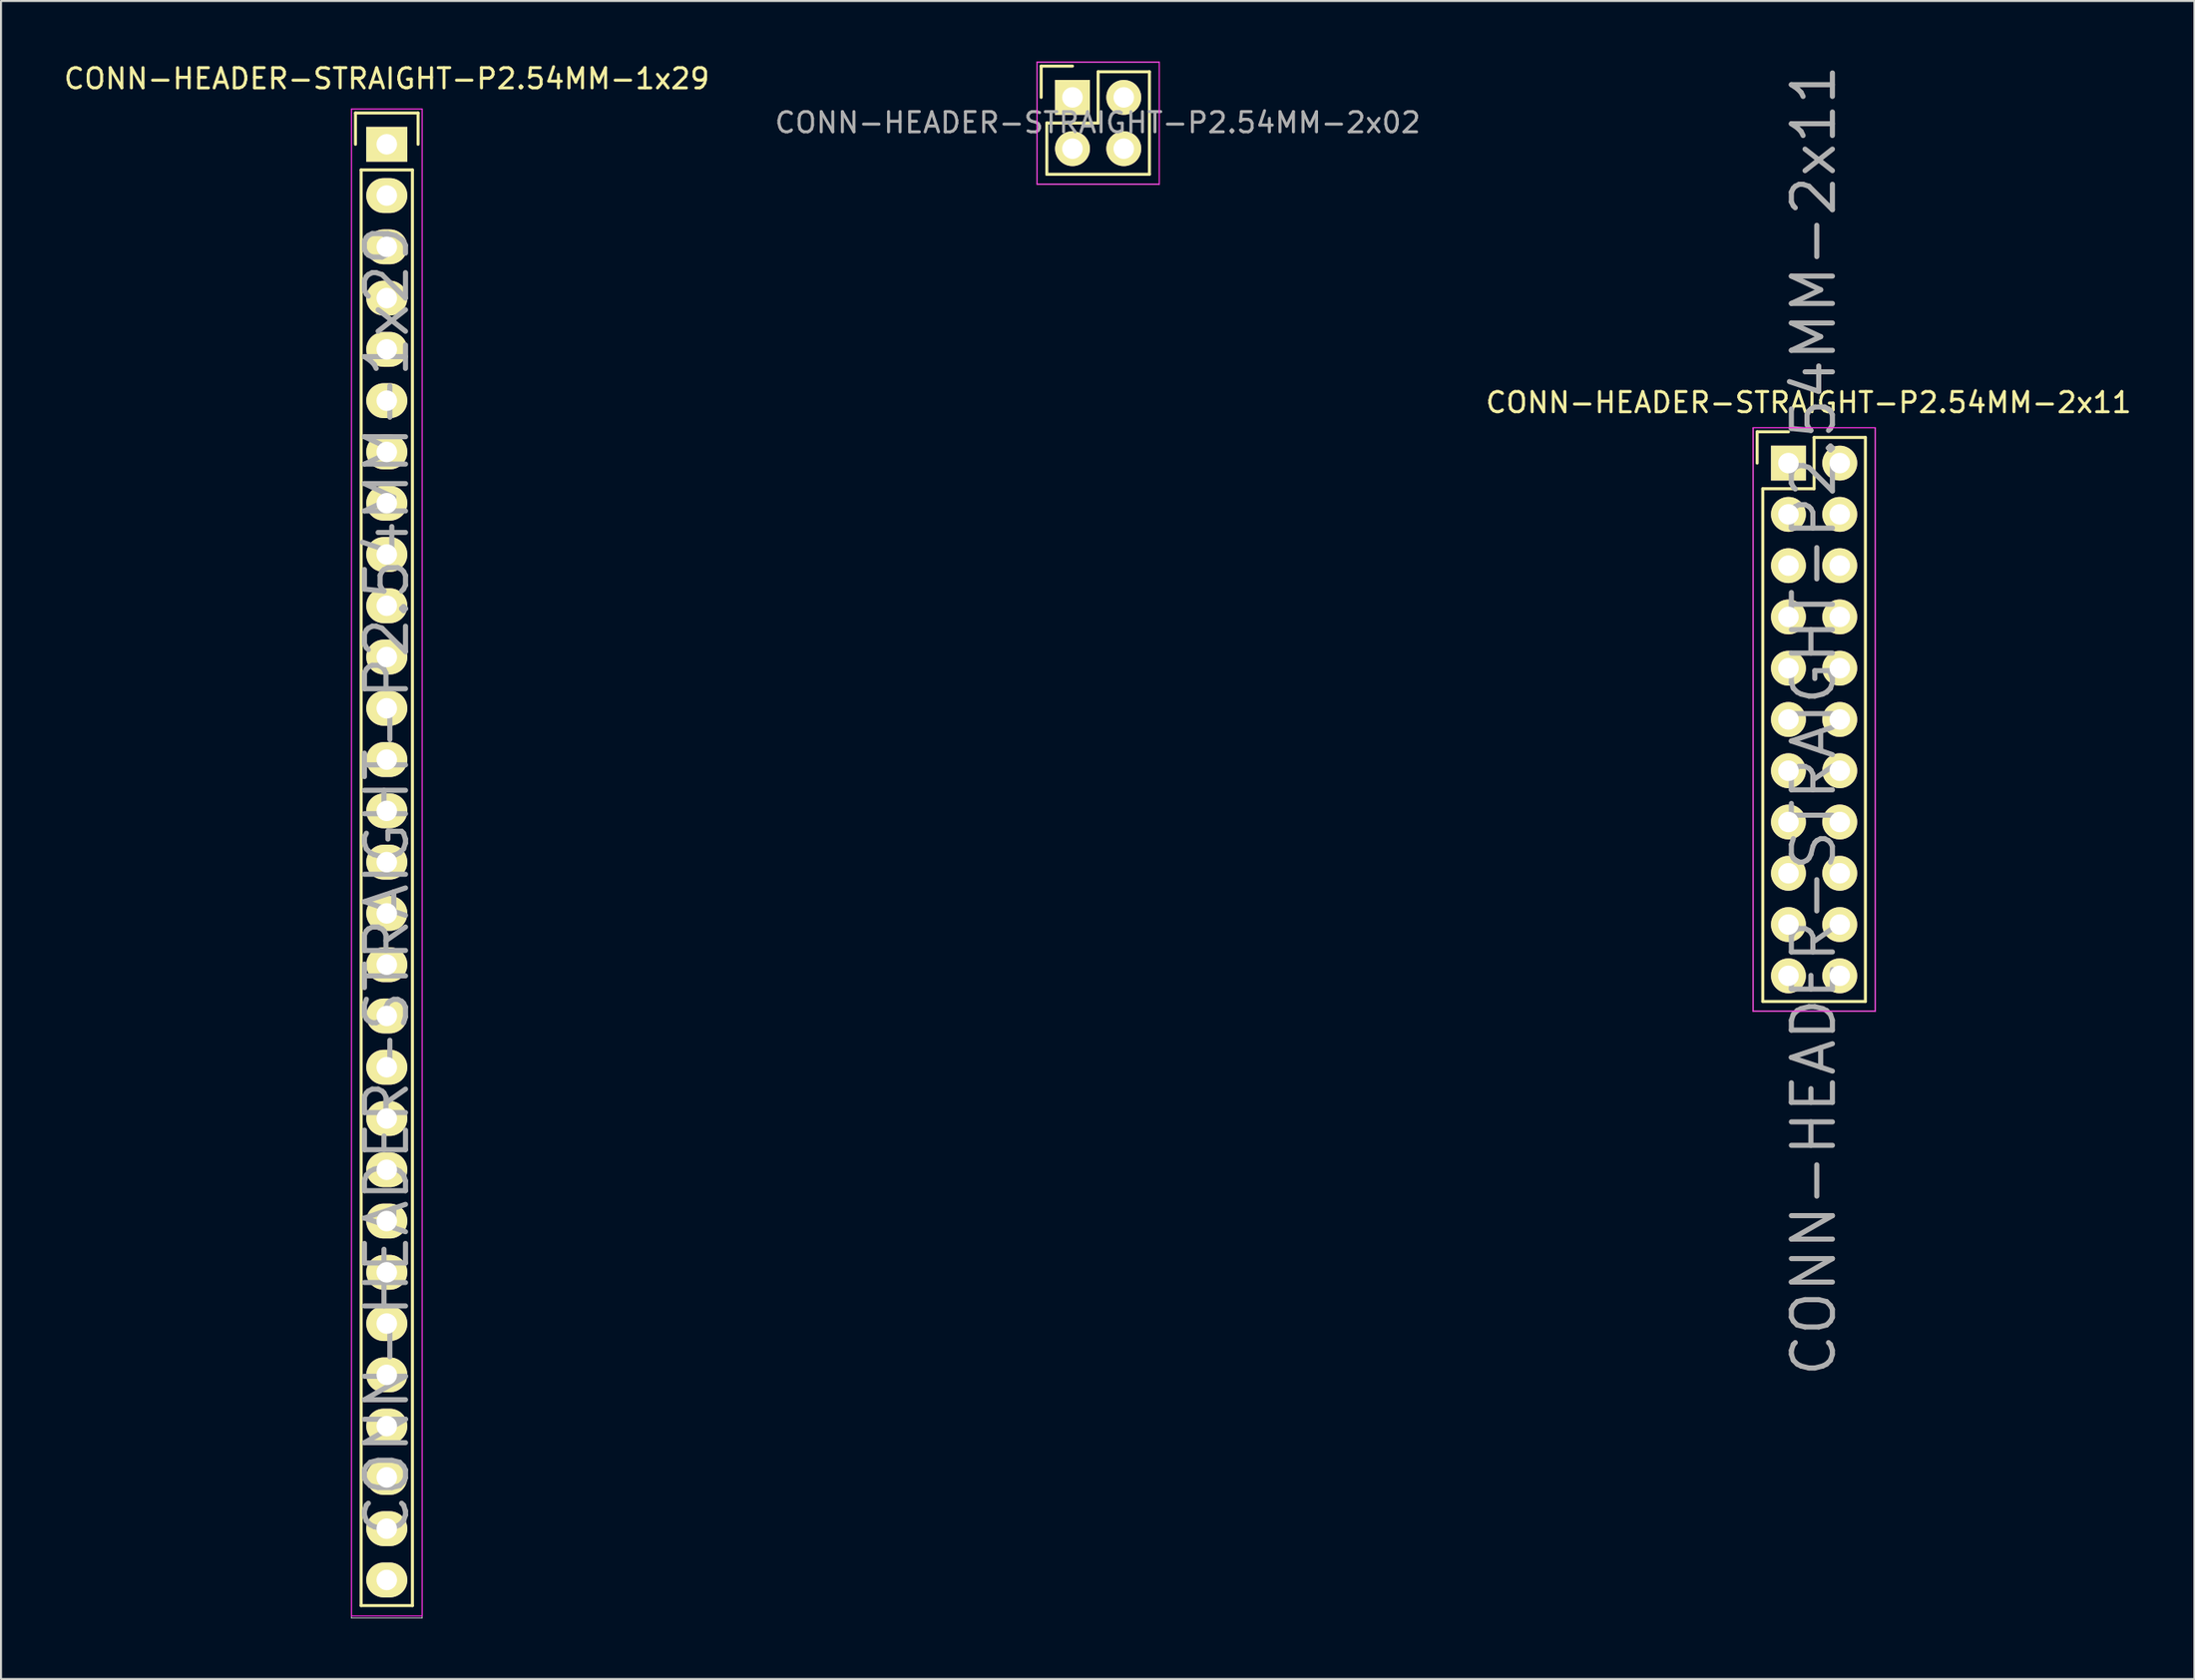
<source format=kicad_pcb>
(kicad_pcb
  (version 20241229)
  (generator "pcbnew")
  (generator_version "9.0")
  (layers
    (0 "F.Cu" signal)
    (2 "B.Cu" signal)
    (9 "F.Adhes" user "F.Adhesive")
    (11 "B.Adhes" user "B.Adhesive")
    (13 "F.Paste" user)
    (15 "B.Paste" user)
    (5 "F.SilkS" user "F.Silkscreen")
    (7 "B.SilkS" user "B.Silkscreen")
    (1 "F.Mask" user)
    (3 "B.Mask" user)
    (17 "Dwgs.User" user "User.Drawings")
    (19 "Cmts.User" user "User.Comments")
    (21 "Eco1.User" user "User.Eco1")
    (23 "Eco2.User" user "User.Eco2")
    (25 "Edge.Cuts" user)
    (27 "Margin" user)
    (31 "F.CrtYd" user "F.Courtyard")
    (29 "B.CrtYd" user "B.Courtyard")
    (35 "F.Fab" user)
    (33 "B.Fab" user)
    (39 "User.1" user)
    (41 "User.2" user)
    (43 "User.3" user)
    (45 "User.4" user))
  (footprint "CONN-HEADER-STRAIGHT-P2.54MM-1x29"
    (layer "F.Cu")
    (at 16.101 4.098)
    (property "Reference" "CONN-HEADER-STRAIGHT-P2.54MM-1x29" (at 0 36.5 90) (layer "F.Fab") (effects (font (size 2.032 2.032) (thickness 0.254))))
    (attr through_hole)
    (fp_line (start -1.55 -1.55) (end 1.55 -1.55) (stroke (width 0.15) (type solid)) (layer "F.SilkS"))
    (fp_line (start -1.55 0) (end -1.55 -1.55) (stroke (width 0.15) (type solid)) (layer "F.SilkS"))
    (fp_line (start -1.27 1.27) (end -1.27 72.39) (stroke (width 0.15) (type solid)) (layer "F.SilkS"))
    (fp_line (start -1.27 72.39) (end 1.27 72.39) (stroke (width 0.15) (type solid)) (layer "F.SilkS"))
    (fp_line (start 1.27 1.27) (end -1.27 1.27) (stroke (width 0.15) (type solid)) (layer "F.SilkS"))
    (fp_line (start 1.27 72.39) (end 1.27 1.27) (stroke (width 0.15) (type solid)) (layer "F.SilkS"))
    (fp_line (start 1.55 -1.55) (end 1.55 0) (stroke (width 0.15) (type solid)) (layer "F.SilkS"))
    (fp_line (start -1.75 -1.75) (end -1.75 72.9) (stroke (width 0.05) (type solid)) (layer "F.CrtYd"))
    (fp_line (start -1.75 -1.75) (end 1.75 -1.75) (stroke (width 0.05) (type solid)) (layer "F.CrtYd"))
    (fp_line (start -1.75 72.9) (end 1.75 72.9) (stroke (width 0.05) (type solid)) (layer "F.CrtYd"))
    (fp_line (start 1.75 -1.75) (end 1.75 72.9) (stroke (width 0.05) (type solid)) (layer "F.CrtYd"))
    (fp_line (start -1.75 -1.75) (end 1.75 -1.75) (stroke (width 0.051) (type solid)) (layer "F.Fab"))
    (fp_line (start -1.75 73) (end -1.75 -1.75) (stroke (width 0.051) (type solid)) (layer "F.Fab"))
    (fp_line (start 1.75 -1.75) (end 1.75 73) (stroke (width 0.051) (type solid)) (layer "F.Fab"))
    (fp_line (start 1.75 73) (end -1.75 73) (stroke (width 0.051) (type solid)) (layer "F.Fab"))
    (fp_text user "${REFERENCE}" (at 0 -3.25 0) (layer "F.SilkS") (effects (font (size 1 1) (thickness 0.15))))
    (pad "1" thru_hole rect (at 0 0) (size 2.032 1.727) (drill 1.016) (layers "*.Cu" "*.Mask" "F.SilkS"))
    (pad "2" thru_hole oval (at 0 2.54) (size 2.032 1.727) (drill 1.016) (layers "*.Cu" "*.Mask" "F.SilkS"))
    (pad "3" thru_hole oval (at 0 5.08) (size 2.032 1.727) (drill 1.016) (layers "*.Cu" "*.Mask" "F.SilkS"))
    (pad "4" thru_hole oval (at 0 7.62) (size 2.032 1.727) (drill 1.016) (layers "*.Cu" "*.Mask" "F.SilkS"))
    (pad "5" thru_hole oval (at 0 10.16) (size 2.032 1.727) (drill 1.016) (layers "*.Cu" "*.Mask" "F.SilkS"))
    (pad "6" thru_hole oval (at 0 12.7) (size 2.032 1.727) (drill 1.016) (layers "*.Cu" "*.Mask" "F.SilkS"))
    (pad "7" thru_hole oval (at 0 15.24) (size 2.032 1.727) (drill 1.016) (layers "*.Cu" "*.Mask" "F.SilkS"))
    (pad "8" thru_hole oval (at 0 17.78) (size 2.032 1.727) (drill 1.016) (layers "*.Cu" "*.Mask" "F.SilkS"))
    (pad "9" thru_hole oval (at 0 20.32) (size 2.032 1.727) (drill 1.016) (layers "*.Cu" "*.Mask" "F.SilkS"))
    (pad "10" thru_hole oval (at 0 22.86) (size 2.032 1.727) (drill 1.016) (layers "*.Cu" "*.Mask" "F.SilkS"))
    (pad "11" thru_hole oval (at 0 25.4) (size 2.032 1.727) (drill 1.016) (layers "*.Cu" "*.Mask" "F.SilkS"))
    (pad "12" thru_hole oval (at 0 27.94) (size 2.032 1.727) (drill 1.016) (layers "*.Cu" "*.Mask" "F.SilkS"))
    (pad "13" thru_hole oval (at 0 30.48) (size 2.032 1.727) (drill 1.016) (layers "*.Cu" "*.Mask" "F.SilkS"))
    (pad "14" thru_hole oval (at 0 33.02) (size 2.032 1.727) (drill 1.016) (layers "*.Cu" "*.Mask" "F.SilkS"))
    (pad "15" thru_hole oval (at 0 35.56) (size 2.032 1.727) (drill 1.016) (layers "*.Cu" "*.Mask" "F.SilkS"))
    (pad "16" thru_hole oval (at 0 38.1) (size 2.032 1.727) (drill 1.016) (layers "*.Cu" "*.Mask" "F.SilkS"))
    (pad "17" thru_hole oval (at 0 40.64) (size 2.032 1.727) (drill 1.016) (layers "*.Cu" "*.Mask" "F.SilkS"))
    (pad "18" thru_hole oval (at 0 43.18) (size 2.032 1.727) (drill 1.016) (layers "*.Cu" "*.Mask" "F.SilkS"))
    (pad "19" thru_hole oval (at 0 45.72) (size 2.032 1.727) (drill 1.016) (layers "*.Cu" "*.Mask" "F.SilkS"))
    (pad "20" thru_hole oval (at 0 48.26) (size 2.032 1.727) (drill 1.016) (layers "*.Cu" "*.Mask" "F.SilkS"))
    (pad "21" thru_hole oval (at 0 50.8) (size 2.032 1.727) (drill 1.016) (layers "*.Cu" "*.Mask" "F.SilkS"))
    (pad "22" thru_hole oval (at 0 53.34) (size 2.032 1.727) (drill 1.016) (layers "*.Cu" "*.Mask" "F.SilkS"))
    (pad "23" thru_hole oval (at 0 55.88) (size 2.032 1.727) (drill 1.016) (layers "*.Cu" "*.Mask" "F.SilkS"))
    (pad "24" thru_hole oval (at 0 58.42) (size 2.032 1.727) (drill 1.016) (layers "*.Cu" "*.Mask" "F.SilkS"))
    (pad "25" thru_hole oval (at 0 60.96) (size 2.032 1.727) (drill 1.016) (layers "*.Cu" "*.Mask" "F.SilkS"))
    (pad "26" thru_hole oval (at 0 63.5) (size 2.032 1.727) (drill 1.016) (layers "*.Cu" "*.Mask" "F.SilkS"))
    (pad "27" thru_hole oval (at 0 66.04) (size 2.032 1.727) (drill 1.016) (layers "*.Cu" "*.Mask" "F.SilkS"))
    (pad "28" thru_hole oval (at 0 68.58) (size 2.032 1.727) (drill 1.016) (layers "*.Cu" "*.Mask" "F.SilkS"))
    (pad "29" thru_hole oval (at 0 71.12) (size 2.032 1.727) (drill 1.016) (layers "*.Cu" "*.Mask" "F.SilkS")))
  (footprint "CONN-HEADER-STRAIGHT-P2.54MM-2x11"
    (layer "F.Cu")
    (at 85.506 19.891)
    (property "Reference" "CONN-HEADER-STRAIGHT-P2.54MM-2x11" (at 1.25 12.75 90) (layer "F.Fab") (effects (font (size 2.032 2.032) (thickness 0.254))))
    (attr through_hole)
    (fp_line (start -1.55 -1.55) (end -1.55 0) (stroke (width 0.15) (type solid)) (layer "F.SilkS"))
    (fp_line (start -1.27 1.27) (end -1.27 26.67) (stroke (width 0.15) (type solid)) (layer "F.SilkS"))
    (fp_line (start 0 -1.55) (end -1.55 -1.55) (stroke (width 0.15) (type solid)) (layer "F.SilkS"))
    (fp_line (start 1.27 -1.27) (end 1.27 1.27) (stroke (width 0.15) (type solid)) (layer "F.SilkS"))
    (fp_line (start 1.27 1.27) (end -1.27 1.27) (stroke (width 0.15) (type solid)) (layer "F.SilkS"))
    (fp_line (start 3.81 -1.27) (end 1.27 -1.27) (stroke (width 0.15) (type solid)) (layer "F.SilkS"))
    (fp_line (start 3.81 26.67) (end -1.27 26.67) (stroke (width 0.15) (type solid)) (layer "F.SilkS"))
    (fp_line (start 3.81 26.67) (end 3.81 -1.27) (stroke (width 0.15) (type solid)) (layer "F.SilkS"))
    (fp_line (start -1.75 -1.75) (end -1.75 27.15) (stroke (width 0.05) (type solid)) (layer "F.CrtYd"))
    (fp_line (start -1.75 -1.75) (end 4.3 -1.75) (stroke (width 0.05) (type solid)) (layer "F.CrtYd"))
    (fp_line (start -1.75 27.15) (end 4.3 27.15) (stroke (width 0.05) (type solid)) (layer "F.CrtYd"))
    (fp_line (start 4.3 -1.75) (end 4.3 27.15) (stroke (width 0.05) (type solid)) (layer "F.CrtYd"))
    (fp_line (start -1.75 -1.75) (end -1.75 27.15) (stroke (width 0.05) (type solid)) (layer "F.Fab"))
    (fp_line (start -1.75 -1.75) (end 4.3 -1.75) (stroke (width 0.05) (type solid)) (layer "F.Fab"))
    (fp_line (start -1.75 27.15) (end 4.3 27.15) (stroke (width 0.05) (type solid)) (layer "F.Fab"))
    (fp_line (start 4.3 -1.75) (end 4.3 27.15) (stroke (width 0.05) (type solid)) (layer "F.Fab"))
    (fp_text user "${REFERENCE}" (at 1 -3 0) (layer "F.SilkS") (effects (font (size 1 1) (thickness 0.15))))
    (pad "1" thru_hole rect (at 0 0) (size 1.727 1.727) (drill 1.016) (layers "*.Cu" "*.Mask" "F.SilkS"))
    (pad "2" thru_hole oval (at 2.54 0) (size 1.727 1.727) (drill 1.016) (layers "*.Cu" "*.Mask" "F.SilkS"))
    (pad "3" thru_hole oval (at 0 2.54) (size 1.727 1.727) (drill 1.016) (layers "*.Cu" "*.Mask" "F.SilkS"))
    (pad "4" thru_hole oval (at 2.54 2.54) (size 1.727 1.727) (drill 1.016) (layers "*.Cu" "*.Mask" "F.SilkS"))
    (pad "5" thru_hole oval (at 0 5.08) (size 1.727 1.727) (drill 1.016) (layers "*.Cu" "*.Mask" "F.SilkS"))
    (pad "6" thru_hole oval (at 2.54 5.08) (size 1.727 1.727) (drill 1.016) (layers "*.Cu" "*.Mask" "F.SilkS"))
    (pad "7" thru_hole oval (at 0 7.62) (size 1.727 1.727) (drill 1.016) (layers "*.Cu" "*.Mask" "F.SilkS"))
    (pad "8" thru_hole oval (at 2.54 7.62) (size 1.727 1.727) (drill 1.016) (layers "*.Cu" "*.Mask" "F.SilkS"))
    (pad "9" thru_hole oval (at 0 10.16) (size 1.727 1.727) (drill 1.016) (layers "*.Cu" "*.Mask" "F.SilkS"))
    (pad "10" thru_hole oval (at 2.54 10.16) (size 1.727 1.727) (drill 1.016) (layers "*.Cu" "*.Mask" "F.SilkS"))
    (pad "11" thru_hole oval (at 0 12.7) (size 1.727 1.727) (drill 1.016) (layers "*.Cu" "*.Mask" "F.SilkS"))
    (pad "12" thru_hole oval (at 2.54 12.7) (size 1.727 1.727) (drill 1.016) (layers "*.Cu" "*.Mask" "F.SilkS"))
    (pad "13" thru_hole oval (at 0 15.24) (size 1.727 1.727) (drill 1.016) (layers "*.Cu" "*.Mask" "F.SilkS"))
    (pad "14" thru_hole oval (at 2.54 15.24) (size 1.727 1.727) (drill 1.016) (layers "*.Cu" "*.Mask" "F.SilkS"))
    (pad "15" thru_hole oval (at 0 17.78) (size 1.727 1.727) (drill 1.016) (layers "*.Cu" "*.Mask" "F.SilkS"))
    (pad "16" thru_hole oval (at 2.54 17.78) (size 1.727 1.727) (drill 1.016) (layers "*.Cu" "*.Mask" "F.SilkS"))
    (pad "17" thru_hole oval (at 0 20.32) (size 1.727 1.727) (drill 1.016) (layers "*.Cu" "*.Mask" "F.SilkS"))
    (pad "18" thru_hole oval (at 2.54 20.32) (size 1.727 1.727) (drill 1.016) (layers "*.Cu" "*.Mask" "F.SilkS"))
    (pad "19" thru_hole oval (at 0 22.86) (size 1.727 1.727) (drill 1.016) (layers "*.Cu" "*.Mask" "F.SilkS"))
    (pad "20" thru_hole oval (at 2.54 22.86) (size 1.727 1.727) (drill 1.016) (layers "*.Cu" "*.Mask" "F.SilkS"))
    (pad "21" thru_hole oval (at 0 25.4) (size 1.727 1.727) (drill 1.016) (layers "*.Cu" "*.Mask" "F.SilkS"))
    (pad "22" thru_hole oval (at 2.54 25.4) (size 1.727 1.727) (drill 1.016) (layers "*.Cu" "*.Mask" "F.SilkS")))
  (footprint "CONN-HEADER-STRAIGHT-P2.54MM-2x02"
    (layer "F.Cu")
    (at 50.054 1.775)
    (property "Reference" "CONN-HEADER-STRAIGHT-P2.54MM-2x02" (at 1.25 1.25 0) (layer "F.Fab") (effects (font (size 1 1) (thickness 0.15))))
    (attr through_hole)
    (fp_line (start -1.55 0) (end -1.55 -1.55) (stroke (width 0.15) (type solid)) (layer "F.SilkS"))
    (fp_line (start -1.27 1.27) (end 1.27 1.27) (stroke (width 0.15) (type solid)) (layer "F.SilkS"))
    (fp_line (start -1.27 3.81) (end -1.27 1.27) (stroke (width 0.15) (type solid)) (layer "F.SilkS"))
    (fp_line (start 0 -1.55) (end -1.55 -1.55) (stroke (width 0.15) (type solid)) (layer "F.SilkS"))
    (fp_line (start 1.27 -1.27) (end 3.81 -1.27) (stroke (width 0.15) (type solid)) (layer "F.SilkS"))
    (fp_line (start 1.27 1.27) (end 1.27 -1.27) (stroke (width 0.15) (type solid)) (layer "F.SilkS"))
    (fp_line (start 3.81 -1.27) (end 3.81 3.81) (stroke (width 0.15) (type solid)) (layer "F.SilkS"))
    (fp_line (start 3.81 3.81) (end -1.27 3.81) (stroke (width 0.15) (type solid)) (layer "F.SilkS"))
    (fp_line (start -1.75 -1.75) (end -1.75 4.3) (stroke (width 0.05) (type solid)) (layer "F.CrtYd"))
    (fp_line (start -1.75 -1.75) (end 4.3 -1.75) (stroke (width 0.05) (type solid)) (layer "F.CrtYd"))
    (fp_line (start -1.75 4.3) (end 4.3 4.3) (stroke (width 0.05) (type solid)) (layer "F.CrtYd"))
    (fp_line (start 4.3 -1.75) (end 4.3 4.3) (stroke (width 0.05) (type solid)) (layer "F.CrtYd"))
    (fp_line (start -1.75 -1.75) (end -1.75 4.3) (stroke (width 0.05) (type solid)) (layer "F.Fab"))
    (fp_line (start -1.75 -1.75) (end 4.3 -1.75) (stroke (width 0.05) (type solid)) (layer "F.Fab"))
    (fp_line (start -1.75 4.3) (end 4.3 4.3) (stroke (width 0.05) (type solid)) (layer "F.Fab"))
    (fp_line (start 4.3 -1.75) (end 4.3 4.3) (stroke (width 0.05) (type solid)) (layer "F.Fab"))
    (pad "1" thru_hole rect (at 0 0) (size 1.727 1.727) (drill 1.016) (layers "*.Cu" "*.Mask" "F.SilkS"))
    (pad "2" thru_hole oval (at 2.54 0) (size 1.727 1.727) (drill 1.016) (layers "*.Cu" "*.Mask" "F.SilkS"))
    (pad "3" thru_hole oval (at 0 2.54) (size 1.727 1.727) (drill 1.016) (layers "*.Cu" "*.Mask" "F.SilkS"))
    (pad "4" thru_hole oval (at 2.54 2.54) (size 1.727 1.727) (drill 1.016) (layers "*.Cu" "*.Mask" "F.SilkS")))
  (gr_rect
    (start -3 -3)
    (end 105.607 80.124)
    (stroke (width 0.1) (type default))
    (fill no)
    (layer "Edge.Cuts")))
</source>
